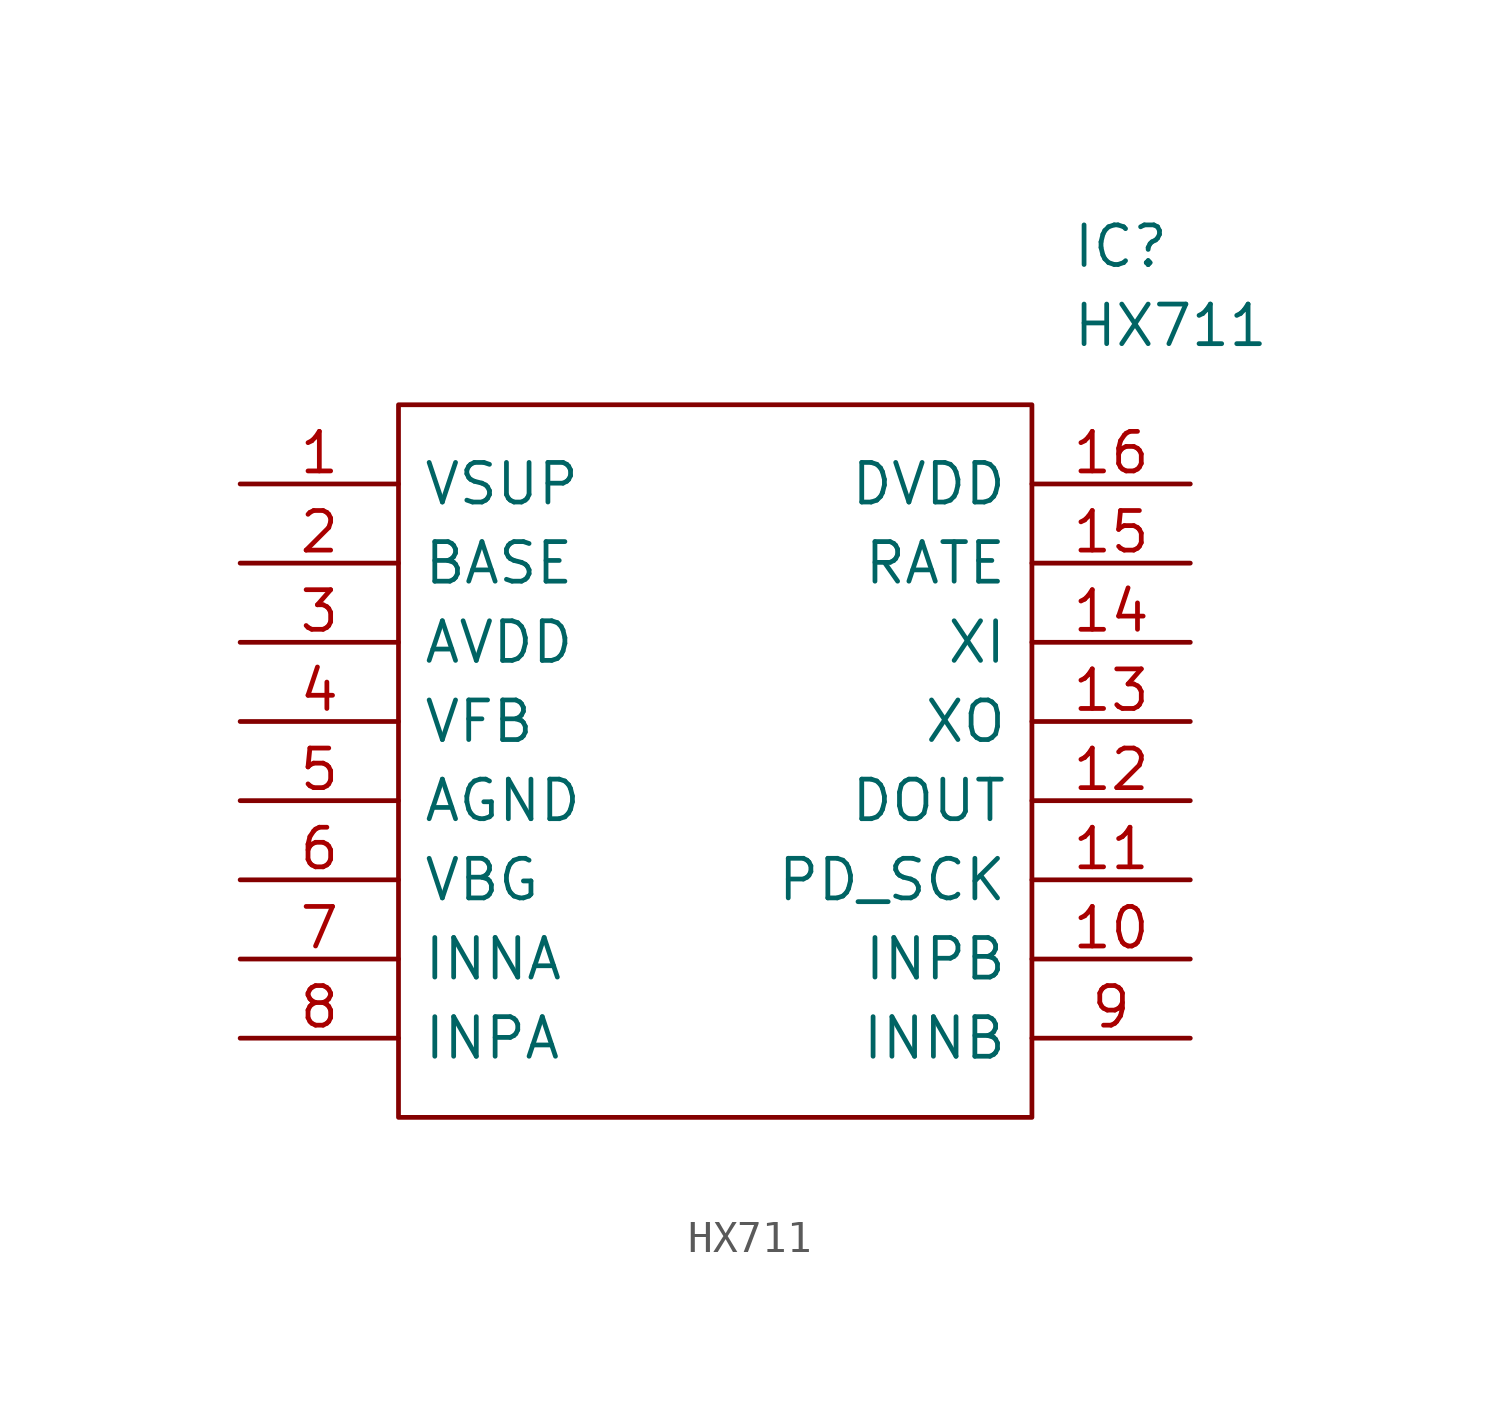
<source format=kicad_sym>
(kicad_symbol_lib
  (version 20211014)
  (generator kicad_symbol_editor)
  (symbol "HX711"
    (pin_names
      (offset 0.762))
    (property "Reference" "IC"
      (at 26.67 7.62 0)
      (effects (font (size 1.27 1.27)) (justify left)))
    (property "Value" "HX711"
      (at 26.67 5.08 0)
      (effects (font (size 1.27 1.27)) (justify left)))
    (symbol "HX711_0_0"
      (pin passive line (at 0 0 0) (length 5.08) (name "VSUP" (effects (font (size 1.27 1.27)))) (number "1" (effects (font (size 1.27 1.27)))))
      (pin passive line (at 30.48 -15.24 180) (length 5.08) (name "INPB" (effects (font (size 1.27 1.27)))) (number "10" (effects (font (size 1.27 1.27)))))
      (pin passive line (at 30.48 -12.7 180) (length 5.08) (name "PD_SCK" (effects (font (size 1.27 1.27)))) (number "11" (effects (font (size 1.27 1.27)))))
      (pin passive line (at 30.48 -10.16 180) (length 5.08) (name "DOUT" (effects (font (size 1.27 1.27)))) (number "12" (effects (font (size 1.27 1.27)))))
      (pin passive line (at 30.48 -7.62 180) (length 5.08) (name "XO" (effects (font (size 1.27 1.27)))) (number "13" (effects (font (size 1.27 1.27)))))
      (pin passive line (at 30.48 -5.08 180) (length 5.08) (name "XI" (effects (font (size 1.27 1.27)))) (number "14" (effects (font (size 1.27 1.27)))))
      (pin passive line (at 30.48 -2.54 180) (length 5.08) (name "RATE" (effects (font (size 1.27 1.27)))) (number "15" (effects (font (size 1.27 1.27)))))
      (pin passive line (at 30.48 0 180) (length 5.08) (name "DVDD" (effects (font (size 1.27 1.27)))) (number "16" (effects (font (size 1.27 1.27)))))
      (pin passive line (at 0 -2.54 0) (length 5.08) (name "BASE" (effects (font (size 1.27 1.27)))) (number "2" (effects (font (size 1.27 1.27)))))
      (pin passive line (at 0 -5.08 0) (length 5.08) (name "AVDD" (effects (font (size 1.27 1.27)))) (number "3" (effects (font (size 1.27 1.27)))))
      (pin passive line (at 0 -7.62 0) (length 5.08) (name "VFB" (effects (font (size 1.27 1.27)))) (number "4" (effects (font (size 1.27 1.27)))))
      (pin passive line (at 0 -10.16 0) (length 5.08) (name "AGND" (effects (font (size 1.27 1.27)))) (number "5" (effects (font (size 1.27 1.27)))))
      (pin passive line (at 0 -12.7 0) (length 5.08) (name "VBG" (effects (font (size 1.27 1.27)))) (number "6" (effects (font (size 1.27 1.27)))))
      (pin passive line (at 0 -15.24 0) (length 5.08) (name "INNA" (effects (font (size 1.27 1.27)))) (number "7" (effects (font (size 1.27 1.27)))))
      (pin passive line (at 0 -17.78 0) (length 5.08) (name "INPA" (effects (font (size 1.27 1.27)))) (number "8" (effects (font (size 1.27 1.27)))))
      (pin passive line (at 30.48 -17.78 180) (length 5.08) (name "INNB" (effects (font (size 1.27 1.27)))) (number "9" (effects (font (size 1.27 1.27))))))
    (symbol "HX711_0_1"
      (polyline (pts (xy 5.08 2.54) (xy 25.4 2.54) (xy 25.4 -20.32) (xy 5.08 -20.32) (xy 5.08 2.54)) (stroke (width 0.152) (type default) (color 0 0 0 0)) (fill (type none))))))
</source>
